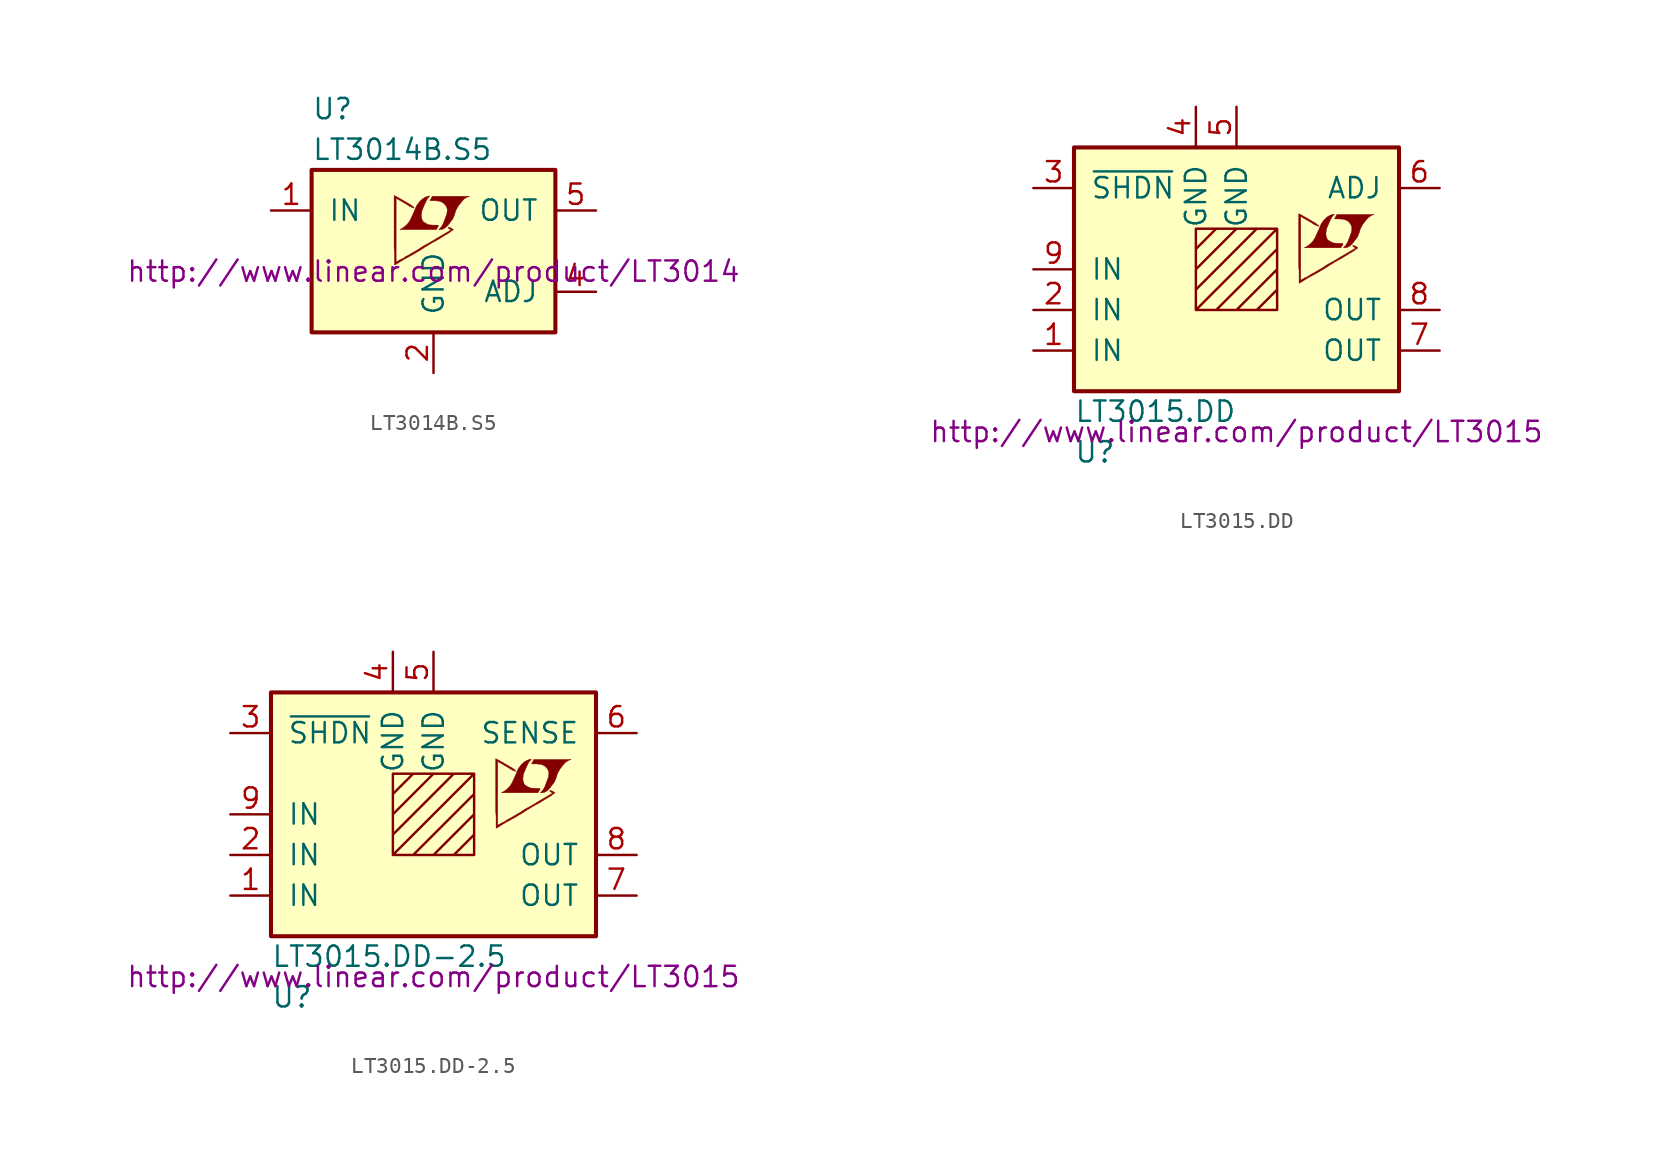
<source format=kicad_sym>
(kicad_symbol_lib
  (version 20201005)
  (generator kicad_symbol_editor)
  (symbol "LT3014B.S5"
    (pin_names
      (offset 1.016))
    (property "Reference" "U"
      (at -7.62 8.89 0)
      (effects (font (size 1.27 1.27)) (justify left)))
    (property "Value" "LT3014B.S5"
      (at -7.62 6.35 0)
      (effects (font (size 1.27 1.27)) (justify left)))
    (property "Datasheet" "http://www.linear.com/product/LT3014"
      (at 0 -1.27 0)
      (effects (font (size 1.27 1.27))))
    (symbol "LT3014B.S5_0_0"
      (polyline (pts (xy 0.584 1.372) (xy 0.762 1.473) (xy 0.914 1.626) (xy 1.219 2.032) (xy 1.321 2.286) (xy 1.397 2.54) (xy 1.549 2.819) (xy 1.727 3.048) (xy 1.905 3.251) (xy 2.108 3.378) (xy 2.261 3.429) (xy -0.076 3.429) (xy -0.152 3.302) (xy -0.152 3.277) (xy -0.203 3.2) (xy -0.229 3.175) (xy -0.178 3.15) (xy 0.102 3.15) (xy 0.356 3.124) (xy 0.559 3.048) (xy 0.711 2.921) (xy 0.813 2.769) (xy 0.864 2.591) (xy 0.838 2.362) (xy 0.838 2.337) (xy 0.61 1.727) (xy 0.508 1.549) (xy 0.406 1.422) (xy 0.33 1.346) (xy 0.432 1.346) (xy 0.584 1.372)) (stroke (width 0.025)) (fill (type outline)))
      (polyline (pts (xy 0.229 1.448) (xy 0.254 1.473) (xy 0.305 1.549) (xy 0.305 1.6) (xy 0.254 1.626) (xy -0.051 1.626) (xy -0.305 1.651) (xy -0.508 1.753) (xy -0.66 1.854) (xy -0.737 2.032) (xy -0.762 2.21) (xy -0.737 2.438) (xy -0.737 2.464) (xy -0.686 2.616) (xy -0.533 2.972) (xy -0.381 3.277) (xy -0.305 3.353) (xy -0.229 3.454) (xy -0.356 3.429) (xy -0.508 3.378) (xy -0.711 3.251) (xy -0.889 3.073) (xy -1.041 2.87) (xy -1.168 2.591) (xy -1.168 2.565) (xy -1.321 2.235) (xy -1.448 1.956) (xy -1.6 1.727) (xy -1.753 1.575) (xy -1.93 1.448) (xy -2.108 1.346) (xy 0.178 1.346) (xy 0.229 1.448)) (stroke (width 0.025)) (fill (type outline)))
      (polyline (pts (xy -2.362 -0.838) (xy -2.286 -0.787) (xy -2.159 -0.711) (xy -2.083 -0.66) (xy -1.829 -0.508) (xy -1.27 -0.203) (xy -0.762 0.102) (xy -0.533 0.254) (xy -0.356 0.356) (xy -0.203 0.457) (xy -0.102 0.508) (xy -0.025 0.559) (xy 0.127 0.635) (xy 0.305 0.737) (xy 0.711 0.991) (xy 0.889 1.092) (xy 1.041 1.194) (xy 1.143 1.27) (xy 1.219 1.321) (xy 1.245 1.346) (xy 1.092 1.448) (xy 0.94 1.499) (xy 0.914 1.473) (xy 0.914 1.448) (xy 0.991 1.397) (xy 1.092 1.321) (xy 0.178 0.787) (xy -0.025 0.66) (xy -0.33 0.483) (xy -0.66 0.305) (xy -0.965 0.102) (xy -1.27 -0.076) (xy -1.524 -0.229) (xy -1.727 -0.33) (xy -1.905 -0.457) (xy -2.083 -0.533) (xy -2.21 -0.61) (xy -2.311 -0.66) (xy -2.337 -0.686) (xy -2.337 3.302) (xy -1.803 2.997) (xy -1.676 2.921) (xy -1.524 2.819) (xy -1.372 2.743) (xy -1.295 2.718) (xy -1.245 2.692) (xy -1.219 2.692) (xy -1.219 2.743) (xy -1.295 2.794) (xy -1.422 2.896) (xy -1.6 2.997) (xy -1.727 3.073) (xy -2.083 3.277) (xy -2.21 3.353) (xy -2.464 3.48) (xy -2.464 0.203) (xy -2.438 -0.102) (xy -2.438 -0.864) (xy -2.413 -0.864) (xy -2.362 -0.838)) (stroke (width 0.025)) (fill (type outline))))
    (symbol "LT3014B.S5_0_1"
      (rectangle (start -7.62 5.08) (end 7.62 -5.08) (stroke (width 0.254)) (fill (type background))))
    (symbol "LT3014B.S5_1_1"
      (pin power_in line (at -10.16 2.54 0) (length 2.54) (name "IN" (effects (font (size 1.27 1.27)))) (number "1" (effects (font (size 1.27 1.27)))))
      (pin power_in line (at 0 -7.62 90) (length 2.54) (name "GND" (effects (font (size 1.27 1.27)))) (number "2" (effects (font (size 1.27 1.27)))))
      (pin unconnected line (at -10.16 -2.54 0) (length 2.54) hide (name "NC" (effects (font (size 1.27 1.27)))) (number "3" (effects (font (size 1.27 1.27)))))
      (pin passive line (at 10.16 -2.54 180) (length 2.54) (name "ADJ" (effects (font (size 1.27 1.27)))) (number "4" (effects (font (size 1.27 1.27)))))
      (pin power_out line (at 10.16 2.54 180) (length 2.54) (name "OUT" (effects (font (size 1.27 1.27)))) (number "5" (effects (font (size 1.27 1.27)))))))
  (symbol "LT3015.DD"
    (pin_names
      (offset 1.016))
    (property "Reference" "U"
      (at -10.16 -11.43 0)
      (effects (font (size 1.27 1.27)) (justify left)))
    (property "Value" "LT3015.DD"
      (at -10.16 -8.89 0)
      (effects (font (size 1.27 1.27)) (justify left)))
    (property "Datasheet" "http://www.linear.com/product/LT3015"
      (at 0 -10.16 0)
      (effects (font (size 1.27 1.27))))
    (symbol "LT3015.DD_0_0"
      (polyline (pts (xy 6.934 1.372) (xy 7.112 1.473) (xy 7.264 1.626) (xy 7.569 2.032) (xy 7.671 2.286) (xy 7.747 2.54) (xy 7.899 2.819) (xy 8.077 3.048) (xy 8.255 3.251) (xy 8.458 3.378) (xy 8.611 3.429) (xy 6.274 3.429) (xy 6.198 3.302) (xy 6.198 3.277) (xy 6.147 3.2) (xy 6.121 3.175) (xy 6.172 3.15) (xy 6.452 3.15) (xy 6.706 3.124) (xy 6.909 3.048) (xy 7.061 2.921) (xy 7.163 2.769) (xy 7.214 2.591) (xy 7.188 2.362) (xy 7.188 2.337) (xy 6.96 1.727) (xy 6.858 1.549) (xy 6.756 1.422) (xy 6.68 1.346) (xy 6.782 1.346) (xy 6.934 1.372)) (stroke (width 0.025)) (fill (type outline)))
      (polyline (pts (xy 6.579 1.448) (xy 6.604 1.473) (xy 6.655 1.549) (xy 6.655 1.6) (xy 6.604 1.626) (xy 6.299 1.626) (xy 6.045 1.651) (xy 5.842 1.753) (xy 5.69 1.854) (xy 5.613 2.032) (xy 5.588 2.21) (xy 5.613 2.438) (xy 5.613 2.464) (xy 5.664 2.616) (xy 5.817 2.972) (xy 5.969 3.277) (xy 6.045 3.353) (xy 6.121 3.454) (xy 5.994 3.429) (xy 5.842 3.378) (xy 5.639 3.251) (xy 5.461 3.073) (xy 5.309 2.87) (xy 5.182 2.591) (xy 5.182 2.565) (xy 5.029 2.235) (xy 4.902 1.956) (xy 4.75 1.727) (xy 4.597 1.575) (xy 4.42 1.448) (xy 4.242 1.346) (xy 6.528 1.346) (xy 6.579 1.448)) (stroke (width 0.025)) (fill (type outline)))
      (polyline (pts (xy 3.988 -0.838) (xy 4.064 -0.787) (xy 4.191 -0.711) (xy 4.267 -0.66) (xy 4.521 -0.508) (xy 5.08 -0.203) (xy 5.588 0.102) (xy 5.817 0.254) (xy 5.994 0.356) (xy 6.147 0.457) (xy 6.248 0.508) (xy 6.325 0.559) (xy 6.477 0.635) (xy 6.655 0.737) (xy 7.061 0.991) (xy 7.239 1.092) (xy 7.391 1.194) (xy 7.493 1.27) (xy 7.569 1.321) (xy 7.595 1.346) (xy 7.442 1.448) (xy 7.29 1.499) (xy 7.264 1.473) (xy 7.264 1.448) (xy 7.341 1.397) (xy 7.442 1.321) (xy 6.528 0.787) (xy 6.325 0.66) (xy 6.02 0.483) (xy 5.69 0.305) (xy 5.385 0.102) (xy 5.08 -0.076) (xy 4.826 -0.229) (xy 4.623 -0.33) (xy 4.445 -0.457) (xy 4.267 -0.533) (xy 4.14 -0.61) (xy 4.039 -0.66) (xy 4.013 -0.686) (xy 4.013 3.302) (xy 4.547 2.997) (xy 4.674 2.921) (xy 4.826 2.819) (xy 4.978 2.743) (xy 5.055 2.718) (xy 5.105 2.692) (xy 5.131 2.692) (xy 5.131 2.743) (xy 5.055 2.794) (xy 4.928 2.896) (xy 4.75 2.997) (xy 4.623 3.073) (xy 4.267 3.277) (xy 4.14 3.353) (xy 3.886 3.48) (xy 3.886 0.203) (xy 3.912 -0.102) (xy 3.912 -0.864) (xy 3.937 -0.864) (xy 3.988 -0.838)) (stroke (width 0.025)) (fill (type outline))))
    (symbol "LT3015.DD_0_1"
      (rectangle (start -10.16 7.62) (end 10.16 -7.62) (stroke (width 0.254)) (fill (type background)))
      (polyline (pts (xy -2.54 1.27) (xy -1.27 2.54) (xy 0 2.54) (xy -2.54 0) (xy -2.54 -1.27) (xy 1.27 2.54) (xy 2.54 2.54) (xy -2.54 -2.54) (xy -1.27 -2.54) (xy 2.54 1.27) (xy 2.54 0) (xy 0 -2.54) (xy 1.27 -2.54) (xy 2.54 -1.27) (xy 2.54 -2.54) (xy -2.54 -2.54) (xy -2.54 2.54) (xy 2.54 2.54) (xy 2.54 -2.54)) (stroke (width 0)) (fill (type none))))
    (symbol "LT3015.DD_1_1"
      (pin power_in line (at -12.7 -5.08 0) (length 2.54) (name "IN" (effects (font (size 1.27 1.27)))) (number "1" (effects (font (size 1.27 1.27)))))
      (pin power_in line (at -12.7 -2.54 0) (length 2.54) (name "IN" (effects (font (size 1.27 1.27)))) (number "2" (effects (font (size 1.27 1.27)))))
      (pin input line (at -12.7 5.08 0) (length 2.54) (name "~SHDN~" (effects (font (size 1.27 1.27)))) (number "3" (effects (font (size 1.27 1.27)))))
      (pin power_in line (at -2.54 10.16 270) (length 2.54) (name "GND" (effects (font (size 1.27 1.27)))) (number "4" (effects (font (size 1.27 1.27)))))
      (pin power_in line (at 0 10.16 270) (length 2.54) (name "GND" (effects (font (size 1.27 1.27)))) (number "5" (effects (font (size 1.27 1.27)))))
      (pin passive line (at 12.7 5.08 180) (length 2.54) (name "ADJ" (effects (font (size 1.27 1.27)))) (number "6" (effects (font (size 1.27 1.27)))))
      (pin power_out line (at 12.7 -5.08 180) (length 2.54) (name "OUT" (effects (font (size 1.27 1.27)))) (number "7" (effects (font (size 1.27 1.27)))))
      (pin power_out line (at 12.7 -2.54 180) (length 2.54) (name "OUT" (effects (font (size 1.27 1.27)))) (number "8" (effects (font (size 1.27 1.27)))))
      (pin power_in line (at -12.7 0 0) (length 2.54) (name "IN" (effects (font (size 1.27 1.27)))) (number "9" (effects (font (size 1.27 1.27)))))))
  (symbol "LT3015.DD-2.5"
    (pin_names
      (offset 1.016))
    (property "Reference" "U"
      (at -10.16 -11.43 0)
      (effects (font (size 1.27 1.27)) (justify left)))
    (property "Value" "LT3015.DD-2.5"
      (at -10.16 -8.89 0)
      (effects (font (size 1.27 1.27)) (justify left)))
    (property "Datasheet" "http://www.linear.com/product/LT3015"
      (at 0 -10.16 0)
      (effects (font (size 1.27 1.27))))
    (symbol "LT3015.DD-2.5_0_0"
      (polyline (pts (xy 6.934 1.372) (xy 7.112 1.473) (xy 7.264 1.626) (xy 7.569 2.032) (xy 7.671 2.286) (xy 7.747 2.54) (xy 7.899 2.819) (xy 8.077 3.048) (xy 8.255 3.251) (xy 8.458 3.378) (xy 8.611 3.429) (xy 6.274 3.429) (xy 6.198 3.302) (xy 6.198 3.277) (xy 6.147 3.2) (xy 6.121 3.175) (xy 6.172 3.15) (xy 6.452 3.15) (xy 6.706 3.124) (xy 6.909 3.048) (xy 7.061 2.921) (xy 7.163 2.769) (xy 7.214 2.591) (xy 7.188 2.362) (xy 7.188 2.337) (xy 6.96 1.727) (xy 6.858 1.549) (xy 6.756 1.422) (xy 6.68 1.346) (xy 6.782 1.346) (xy 6.934 1.372)) (stroke (width 0.025)) (fill (type outline)))
      (polyline (pts (xy 6.579 1.448) (xy 6.604 1.473) (xy 6.655 1.549) (xy 6.655 1.6) (xy 6.604 1.626) (xy 6.299 1.626) (xy 6.045 1.651) (xy 5.842 1.753) (xy 5.69 1.854) (xy 5.613 2.032) (xy 5.588 2.21) (xy 5.613 2.438) (xy 5.613 2.464) (xy 5.664 2.616) (xy 5.817 2.972) (xy 5.969 3.277) (xy 6.045 3.353) (xy 6.121 3.454) (xy 5.994 3.429) (xy 5.842 3.378) (xy 5.639 3.251) (xy 5.461 3.073) (xy 5.309 2.87) (xy 5.182 2.591) (xy 5.182 2.565) (xy 5.029 2.235) (xy 4.902 1.956) (xy 4.75 1.727) (xy 4.597 1.575) (xy 4.42 1.448) (xy 4.242 1.346) (xy 6.528 1.346) (xy 6.579 1.448)) (stroke (width 0.025)) (fill (type outline)))
      (polyline (pts (xy 3.988 -0.838) (xy 4.064 -0.787) (xy 4.191 -0.711) (xy 4.267 -0.66) (xy 4.521 -0.508) (xy 5.08 -0.203) (xy 5.588 0.102) (xy 5.817 0.254) (xy 5.994 0.356) (xy 6.147 0.457) (xy 6.248 0.508) (xy 6.325 0.559) (xy 6.477 0.635) (xy 6.655 0.737) (xy 7.061 0.991) (xy 7.239 1.092) (xy 7.391 1.194) (xy 7.493 1.27) (xy 7.569 1.321) (xy 7.595 1.346) (xy 7.442 1.448) (xy 7.29 1.499) (xy 7.264 1.473) (xy 7.264 1.448) (xy 7.341 1.397) (xy 7.442 1.321) (xy 6.528 0.787) (xy 6.325 0.66) (xy 6.02 0.483) (xy 5.69 0.305) (xy 5.385 0.102) (xy 5.08 -0.076) (xy 4.826 -0.229) (xy 4.623 -0.33) (xy 4.445 -0.457) (xy 4.267 -0.533) (xy 4.14 -0.61) (xy 4.039 -0.66) (xy 4.013 -0.686) (xy 4.013 3.302) (xy 4.547 2.997) (xy 4.674 2.921) (xy 4.826 2.819) (xy 4.978 2.743) (xy 5.055 2.718) (xy 5.105 2.692) (xy 5.131 2.692) (xy 5.131 2.743) (xy 5.055 2.794) (xy 4.928 2.896) (xy 4.75 2.997) (xy 4.623 3.073) (xy 4.267 3.277) (xy 4.14 3.353) (xy 3.886 3.48) (xy 3.886 0.203) (xy 3.912 -0.102) (xy 3.912 -0.864) (xy 3.937 -0.864) (xy 3.988 -0.838)) (stroke (width 0.025)) (fill (type outline))))
    (symbol "LT3015.DD-2.5_0_1"
      (rectangle (start -10.16 7.62) (end 10.16 -7.62) (stroke (width 0.254)) (fill (type background)))
      (polyline (pts (xy -2.54 1.27) (xy -1.27 2.54) (xy 0 2.54) (xy -2.54 0) (xy -2.54 -1.27) (xy 1.27 2.54) (xy 2.54 2.54) (xy -2.54 -2.54) (xy -1.27 -2.54) (xy 2.54 1.27) (xy 2.54 0) (xy 0 -2.54) (xy 1.27 -2.54) (xy 2.54 -1.27) (xy 2.54 -2.54) (xy -2.54 -2.54) (xy -2.54 2.54) (xy 2.54 2.54) (xy 2.54 -2.54)) (stroke (width 0)) (fill (type none))))
    (symbol "LT3015.DD-2.5_1_1"
      (pin power_in line (at -12.7 -5.08 0) (length 2.54) (name "IN" (effects (font (size 1.27 1.27)))) (number "1" (effects (font (size 1.27 1.27)))))
      (pin power_in line (at -12.7 -2.54 0) (length 2.54) (name "IN" (effects (font (size 1.27 1.27)))) (number "2" (effects (font (size 1.27 1.27)))))
      (pin input line (at -12.7 5.08 0) (length 2.54) (name "~SHDN~" (effects (font (size 1.27 1.27)))) (number "3" (effects (font (size 1.27 1.27)))))
      (pin power_in line (at -2.54 10.16 270) (length 2.54) (name "GND" (effects (font (size 1.27 1.27)))) (number "4" (effects (font (size 1.27 1.27)))))
      (pin power_in line (at 0 10.16 270) (length 2.54) (name "GND" (effects (font (size 1.27 1.27)))) (number "5" (effects (font (size 1.27 1.27)))))
      (pin passive line (at 12.7 5.08 180) (length 2.54) (name "SENSE" (effects (font (size 1.27 1.27)))) (number "6" (effects (font (size 1.27 1.27)))))
      (pin power_out line (at 12.7 -5.08 180) (length 2.54) (name "OUT" (effects (font (size 1.27 1.27)))) (number "7" (effects (font (size 1.27 1.27)))))
      (pin power_out line (at 12.7 -2.54 180) (length 2.54) (name "OUT" (effects (font (size 1.27 1.27)))) (number "8" (effects (font (size 1.27 1.27)))))
      (pin power_in line (at -12.7 0 0) (length 2.54) (name "IN" (effects (font (size 1.27 1.27)))) (number "9" (effects (font (size 1.27 1.27))))))))
</source>
